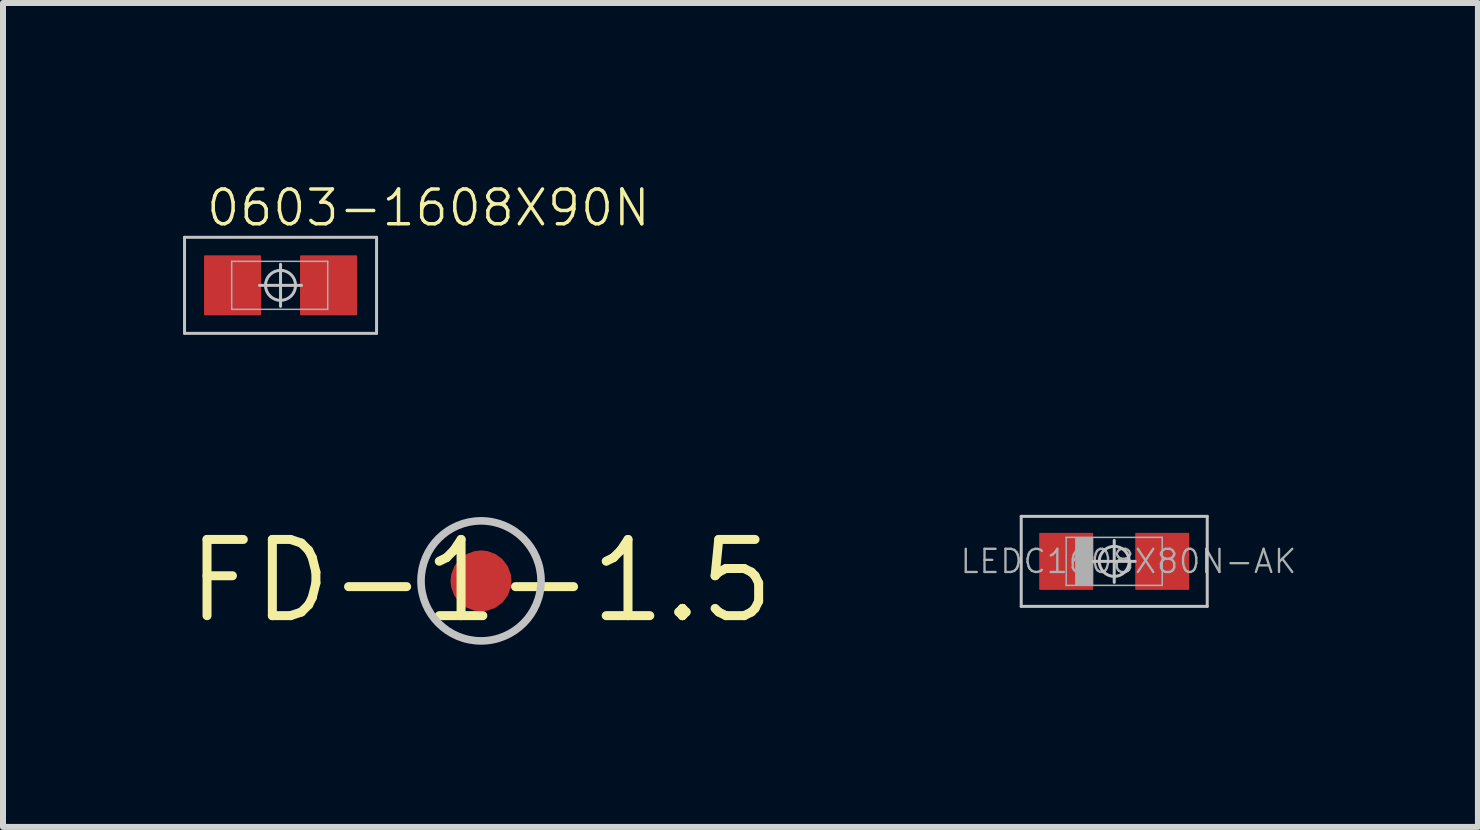
<source format=kicad_pcb>
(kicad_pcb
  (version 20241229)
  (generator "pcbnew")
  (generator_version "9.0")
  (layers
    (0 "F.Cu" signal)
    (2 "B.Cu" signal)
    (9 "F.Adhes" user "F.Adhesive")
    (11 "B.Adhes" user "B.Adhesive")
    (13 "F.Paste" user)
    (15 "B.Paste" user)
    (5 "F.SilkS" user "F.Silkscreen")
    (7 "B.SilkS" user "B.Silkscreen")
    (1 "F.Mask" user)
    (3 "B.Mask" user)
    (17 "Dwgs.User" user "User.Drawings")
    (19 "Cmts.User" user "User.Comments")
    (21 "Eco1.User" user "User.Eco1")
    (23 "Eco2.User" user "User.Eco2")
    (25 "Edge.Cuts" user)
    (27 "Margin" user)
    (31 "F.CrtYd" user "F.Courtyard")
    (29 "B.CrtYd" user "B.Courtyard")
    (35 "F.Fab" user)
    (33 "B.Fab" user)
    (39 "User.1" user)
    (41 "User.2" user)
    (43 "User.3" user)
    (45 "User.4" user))
  (footprint "0603-1608X90N"
    (layer "F.Cu")
    (at 1.625 1.705)
    (property "Reference" "0603-1608X90N" (at -1.27 -0.953 0) (layer "F.SilkS") (effects (font (size 0.579 0.579) (thickness 0.058)) (justify left bottom)))
    (attr through_hole)
    (fp_line (start -1.6 -0.8) (end -1.6 0.8) (stroke (width 0.05) (type solid)) (layer "Dwgs.User"))
    (fp_line (start -1.6 0.8) (end 1.6 0.8) (stroke (width 0.05) (type solid)) (layer "Dwgs.User"))
    (fp_line (start -0.35 0) (end 0.35 0) (stroke (width 0.05) (type solid)) (layer "Dwgs.User"))
    (fp_line (start 0 0.35) (end 0 -0.35) (stroke (width 0.05) (type solid)) (layer "Dwgs.User"))
    (fp_line (start 1.6 -0.8) (end -1.6 -0.8) (stroke (width 0.05) (type solid)) (layer "Dwgs.User"))
    (fp_line (start 1.6 0.8) (end 1.6 -0.8) (stroke (width 0.05) (type solid)) (layer "Dwgs.User"))
    (fp_circle (center 0 0) (end 0.25 0) (stroke (width 0.05) (type solid)) (fill no) (layer "Dwgs.User"))
    (fp_line (start -0.814 -0.4) (end -0.814 0.4) (stroke (width 0.025) (type solid)) (layer "F.Fab"))
    (fp_line (start -0.814 0.4) (end 0.786 0.4) (stroke (width 0.025) (type solid)) (layer "F.Fab"))
    (fp_line (start 0.786 -0.4) (end -0.814 -0.4) (stroke (width 0.025) (type solid)) (layer "F.Fab"))
    (fp_line (start 0.786 0.4) (end 0.786 -0.4) (stroke (width 0.025) (type solid)) (layer "F.Fab"))
    (pad "1" smd roundrect (at -0.8 0) (size 0.95 1) (layers "F.Cu" "F.Mask" "F.Paste") (roundrect_rratio 0.015))
    (pad "2" smd roundrect (at 0.8 0) (size 0.95 1) (layers "F.Cu" "F.Mask" "F.Paste") (roundrect_rratio 0.015)))
  (footprint "FD-1-1.5"
    (layer "F.Cu")
    (at 4.966 6.63)
    (property "Reference" "FD-1-1.5" (at 0 0 0) (layer "F.SilkS") (effects (font (size 1.27 1.27) (thickness 0.15))))
    (attr through_hole)
    (fp_circle (center 0 0) (end 0.5 0) (stroke (width 1.2) (type solid)) (fill no) (layer "F.Mask"))
    (fp_circle (center 0 0) (end 1 0) (stroke (width 0.127) (type solid)) (fill no) (layer "Dwgs.User"))
    (pad "P$1" smd roundrect (at 0 0) (size 1.016 1.016) (layers "F.Cu" "F.Mask") (roundrect_rratio 0.5)))
  (footprint "LEDC1608X80N-AK"
    (layer "F.Cu")
    (at 15.518 6.305)
    (property "Reference" "LEDC1608X80N-AK" (at 0.237 0 180) (layer "F.Fab") (effects (font (size 0.386 0.386) (thickness 0.039))))
    (attr through_hole)
    (fp_line (start -1.55 -0.75) (end -1.55 0.75) (stroke (width 0.05) (type solid)) (layer "Dwgs.User"))
    (fp_line (start -1.55 0.75) (end 1.55 0.75) (stroke (width 0.05) (type solid)) (layer "Dwgs.User"))
    (fp_line (start -0.35 0) (end 0.35 0) (stroke (width 0.05) (type solid)) (layer "Dwgs.User"))
    (fp_line (start 0 0.35) (end 0 -0.35) (stroke (width 0.05) (type solid)) (layer "Dwgs.User"))
    (fp_line (start 1.55 -0.75) (end -1.55 -0.75) (stroke (width 0.05) (type solid)) (layer "Dwgs.User"))
    (fp_line (start 1.55 0.75) (end 1.55 -0.75) (stroke (width 0.05) (type solid)) (layer "Dwgs.User"))
    (fp_circle (center 0 0) (end 0.25 0) (stroke (width 0.05) (type solid)) (fill no) (layer "Dwgs.User"))
    (fp_line (start -0.8 -0.4) (end -0.8 0.4) (stroke (width 0.025) (type solid)) (layer "F.Fab"))
    (fp_line (start -0.8 0.4) (end 0.8 0.4) (stroke (width 0.025) (type solid)) (layer "F.Fab"))
    (fp_line (start -0.645 -0.395) (end -0.645 0.395) (stroke (width 0.01) (type solid)) (layer "F.Fab"))
    (fp_line (start -0.645 0.395) (end -0.355 0.395) (stroke (width 0.01) (type solid)) (layer "F.Fab"))
    (fp_line (start -0.64 -0.39) (end -0.64 0.39) (stroke (width 0.01) (type solid)) (layer "F.Fab"))
    (fp_line (start -0.64 0.39) (end -0.36 0.39) (stroke (width 0.01) (type solid)) (layer "F.Fab"))
    (fp_line (start -0.63 -0.38) (end -0.63 0.38) (stroke (width 0.025) (type solid)) (layer "F.Fab"))
    (fp_line (start -0.63 0.38) (end -0.37 0.38) (stroke (width 0.025) (type solid)) (layer "F.Fab"))
    (fp_line (start -0.618 -0.368) (end -0.618 0.367) (stroke (width 0.025) (type solid)) (layer "F.Fab"))
    (fp_line (start -0.618 0.367) (end -0.383 0.367) (stroke (width 0.025) (type solid)) (layer "F.Fab"))
    (fp_line (start -0.605 -0.355) (end -0.605 0.355) (stroke (width 0.05) (type solid)) (layer "F.Fab"))
    (fp_line (start -0.605 0.355) (end -0.395 0.355) (stroke (width 0.05) (type solid)) (layer "F.Fab"))
    (fp_line (start -0.58 -0.33) (end -0.58 0.33) (stroke (width 0.1) (type solid)) (layer "F.Fab"))
    (fp_line (start -0.58 0.33) (end -0.42 0.33) (stroke (width 0.1) (type solid)) (layer "F.Fab"))
    (fp_line (start -0.53 -0.28) (end -0.53 0.28) (stroke (width 0.2) (type solid)) (layer "F.Fab"))
    (fp_line (start -0.53 0.28) (end -0.47 0.28) (stroke (width 0.2) (type solid)) (layer "F.Fab"))
    (fp_line (start -0.47 -0.28) (end -0.53 -0.28) (stroke (width 0.2) (type solid)) (layer "F.Fab"))
    (fp_line (start -0.47 0.28) (end -0.47 -0.28) (stroke (width 0.2) (type solid)) (layer "F.Fab"))
    (fp_line (start -0.42 -0.33) (end -0.58 -0.33) (stroke (width 0.1) (type solid)) (layer "F.Fab"))
    (fp_line (start -0.42 0.33) (end -0.42 -0.33) (stroke (width 0.1) (type solid)) (layer "F.Fab"))
    (fp_line (start -0.395 -0.355) (end -0.605 -0.355) (stroke (width 0.05) (type solid)) (layer "F.Fab"))
    (fp_line (start -0.395 0.355) (end -0.395 -0.355) (stroke (width 0.05) (type solid)) (layer "F.Fab"))
    (fp_line (start -0.383 -0.368) (end -0.618 -0.368) (stroke (width 0.025) (type solid)) (layer "F.Fab"))
    (fp_line (start -0.383 0.367) (end -0.383 -0.368) (stroke (width 0.025) (type solid)) (layer "F.Fab"))
    (fp_line (start -0.37 -0.38) (end -0.63 -0.38) (stroke (width 0.025) (type solid)) (layer "F.Fab"))
    (fp_line (start -0.37 0.38) (end -0.37 -0.38) (stroke (width 0.025) (type solid)) (layer "F.Fab"))
    (fp_line (start -0.36 -0.39) (end -0.64 -0.39) (stroke (width 0.01) (type solid)) (layer "F.Fab"))
    (fp_line (start -0.36 0.39) (end -0.36 -0.39) (stroke (width 0.01) (type solid)) (layer "F.Fab"))
    (fp_line (start -0.355 -0.395) (end -0.645 -0.395) (stroke (width 0.01) (type solid)) (layer "F.Fab"))
    (fp_line (start -0.355 0.395) (end -0.355 -0.395) (stroke (width 0.01) (type solid)) (layer "F.Fab"))
    (fp_line (start 0.8 -0.4) (end -0.8 -0.4) (stroke (width 0.025) (type solid)) (layer "F.Fab"))
    (fp_line (start 0.8 0.4) (end 0.8 -0.4) (stroke (width 0.025) (type solid)) (layer "F.Fab"))
    (pad "A" smd roundrect (at 0.8 0) (size 0.9 0.95) (layers "F.Cu" "F.Mask" "F.Paste") (roundrect_rratio 0.015))
    (pad "C" smd roundrect (at -0.8 0) (size 0.9 0.95) (layers "F.Cu" "F.Mask" "F.Paste") (roundrect_rratio 0.015)))
  (gr_rect
    (start -3 -3)
    (end 21.579 10.73)
    (stroke (width 0.1) (type default))
    (fill no)
    (layer "Edge.Cuts")))
</source>
